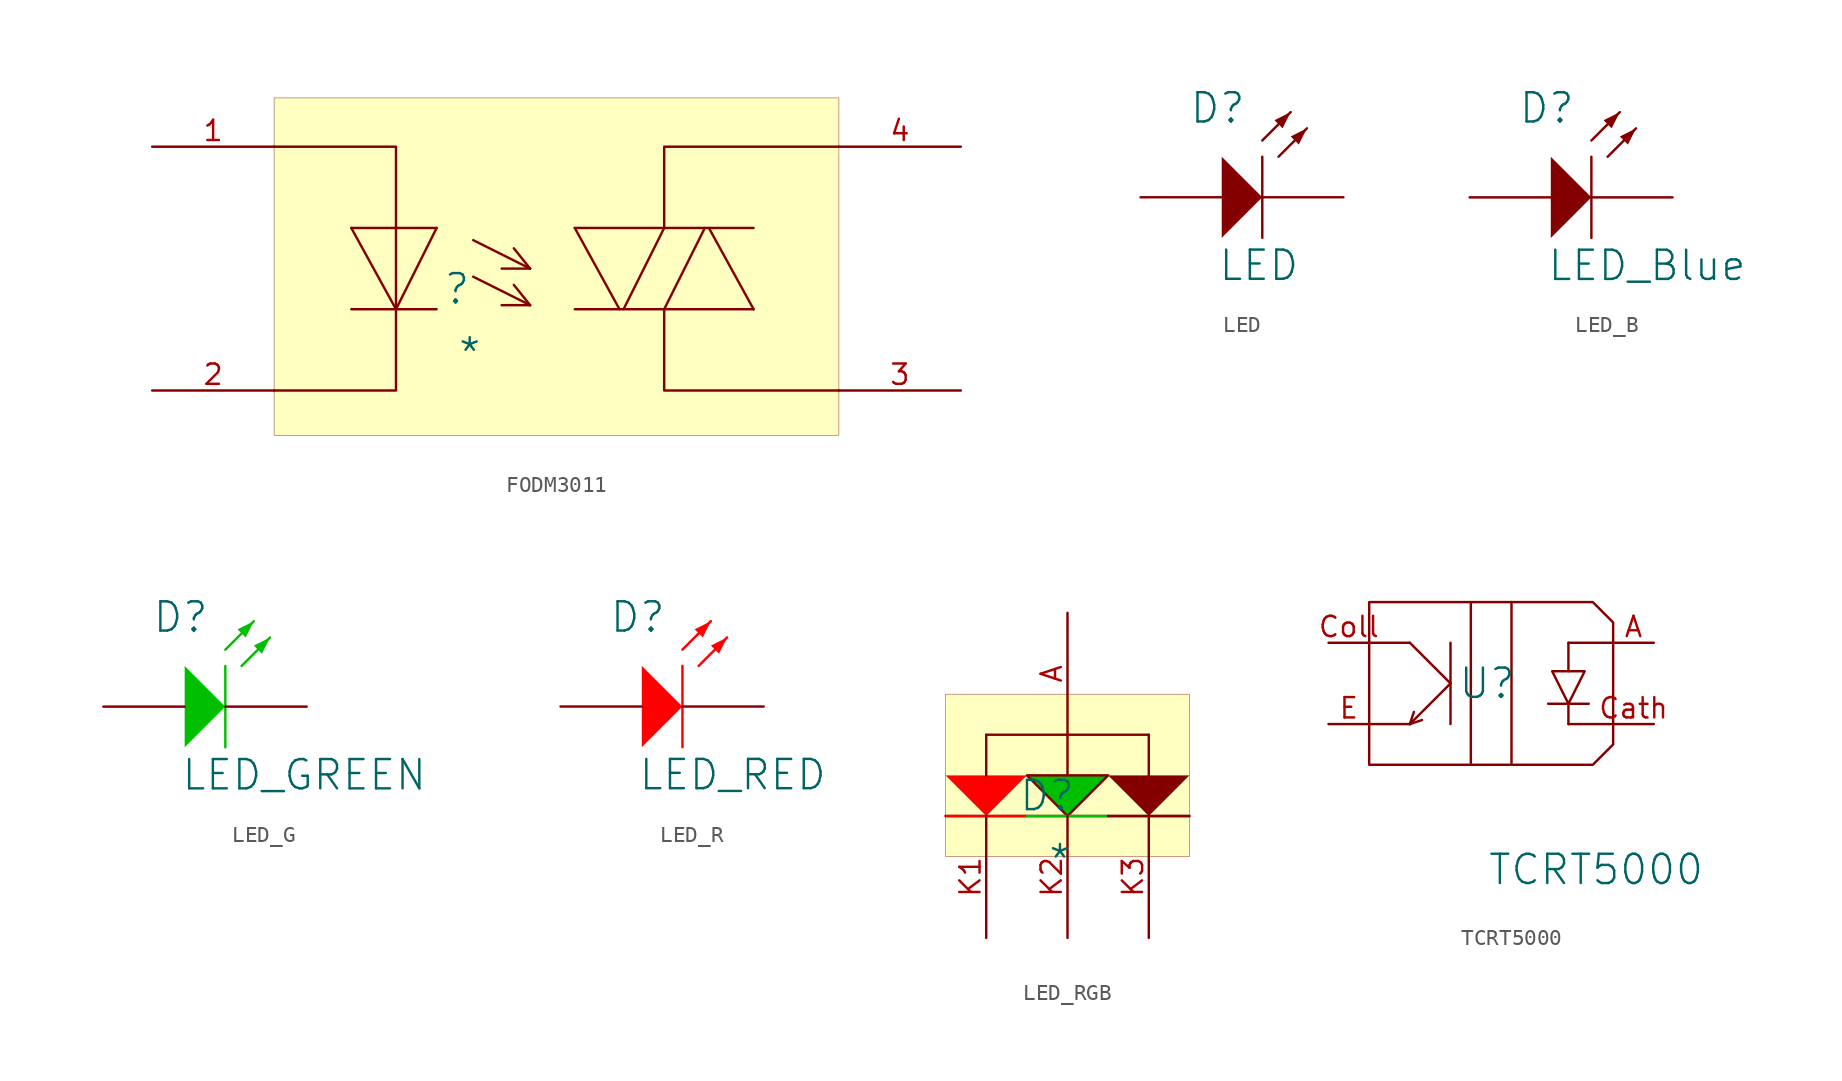
<source format=kicad_sym>
(kicad_symbol_lib
  (version 20241209)
  (generator "kicad_symbol_editor")
  (generator_version "9.0")
  (symbol "FODM3011"
    (pin_names
      (hide yes))
    (property "Reference" ""
      (at -1.27 1.27 0)
      (effects (font (size 1.829 1.829))))
    (property "Value" "*"
      (at -1.27 -3.81 0)
      (effects (font (size 1.829 1.829)) (justify left bottom)))
    (symbol "FODM3011_1_0"
      (polyline (pts (xy -12.7 10.16) (xy -5.08 10.16) (xy -5.08 -5.08) (xy -12.7 -5.08)) (stroke (width 0) (type solid)) (fill (type none)))
      (polyline (pts (xy -7.874 5.08) (xy -5.08 0)) (stroke (width 0) (type solid)) (fill (type none)))
      (polyline (pts (xy -7.874 5.08) (xy -2.54 5.08)) (stroke (width 0) (type solid)) (fill (type none)))
      (polyline (pts (xy -7.874 0) (xy -2.54 0)) (stroke (width 0) (type solid)) (fill (type none)))
      (polyline (pts (xy -2.54 5.08) (xy -5.08 0)) (stroke (width 0) (type solid)) (fill (type none)))
      (polyline (pts (xy -0.254 4.318) (xy 3.302 2.54)) (stroke (width 0) (type solid)) (fill (type none)))
      (polyline (pts (xy -0.254 2.032) (xy 3.302 0.254)) (stroke (width 0) (type solid)) (fill (type none)))
      (polyline (pts (xy 1.524 2.54) (xy 3.302 2.54)) (stroke (width 0) (type solid)) (fill (type none)))
      (polyline (pts (xy 1.524 0.254) (xy 3.302 0.254)) (stroke (width 0) (type solid)) (fill (type none)))
      (polyline (pts (xy 3.302 2.54) (xy 2.286 3.81)) (stroke (width 0) (type solid)) (fill (type none)))
      (polyline (pts (xy 3.302 0.254) (xy 2.286 1.524)) (stroke (width 0) (type solid)) (fill (type none)))
      (polyline (pts (xy 6.096 5.08) (xy 8.89 0)) (stroke (width 0) (type solid)) (fill (type none)))
      (polyline (pts (xy 11.684 5.08) (xy 9.144 0)) (stroke (width 0) (type solid)) (fill (type none)))
      (polyline (pts (xy 11.684 0) (xy 14.224 5.08)) (stroke (width 0) (type solid)) (fill (type none)))
      (polyline (pts (xy 11.684 0) (xy 11.684 -5.08) (xy 22.606 -5.08)) (stroke (width 0) (type solid)) (fill (type none)))
      (polyline (pts (xy 17.272 5.08) (xy 6.096 5.08)) (stroke (width 0) (type solid)) (fill (type none)))
      (polyline (pts (xy 17.272 0) (xy 6.096 0)) (stroke (width 0) (type solid)) (fill (type none)))
      (polyline (pts (xy 17.272 0) (xy 14.478 5.08)) (stroke (width 0) (type solid)) (fill (type none)))
      (rectangle (start 22.606 13.208) (end -12.7 -7.874) (stroke (width 0.025) (type solid) (color 128 0 0 1)) (fill (type background)))
      (polyline (pts (xy 22.606 10.16) (xy 11.684 10.16) (xy 11.684 5.08)) (stroke (width 0) (type solid)) (fill (type none)))
      (pin passive line (at -20.32 10.16 0) (length 7.62) (name "Anode" (effects (font (size 1.27 1.27)))) (number "1" (effects (font (size 1.27 1.27)))))
      (pin passive line (at -20.32 -5.08 0) (length 7.62) (name "Cathode" (effects (font (size 1.27 1.27)))) (number "2" (effects (font (size 1.27 1.27)))))
      (pin passive line (at 30.226 10.16 180) (length 7.62) (name "Main_Terminal" (effects (font (size 1.27 1.27)))) (number "4" (effects (font (size 1.27 1.27)))))
      (pin passive line (at 30.226 -5.08 180) (length 7.62) (name "Main_Terminal" (effects (font (size 1.27 1.27)))) (number "3" (effects (font (size 1.27 1.27)))))))
  (symbol "LED"
    (pin_numbers
      (hide yes))
    (pin_names
      (hide yes))
    (property "Reference" "D"
      (at -0.254 3.048 0)
      (effects (font (size 1.829 1.829))))
    (property "Value" "LED"
      (at -0.254 -7.874 0)
      (effects (font (size 1.829 1.829)) (justify left bottom)))
    (symbol "LED_1_0"
      (polyline (pts (xy 0 -5.08) (xy 2.54 -2.54) (xy 0 0) (xy 0 -5.08)) (stroke (width -0.0001) (type solid)) (fill (type outline)))
      (polyline (pts (xy 2.54 1.016) (xy 4.318 2.794)) (stroke (width 0) (type solid)) (fill (type none)))
      (polyline (pts (xy 2.54 0) (xy 2.54 -5.08)) (stroke (width 0) (type solid)) (fill (type none)))
      (polyline (pts (xy 3.556 0) (xy 5.334 1.778)) (stroke (width 0) (type solid)) (fill (type none)))
      (polyline (pts (xy 4.318 2.794) (xy 3.302 2.286) (xy 3.81 1.778) (xy 4.318 2.794)) (stroke (width -0.0001) (type solid)) (fill (type outline)))
      (polyline (pts (xy 5.334 1.778) (xy 4.318 1.27) (xy 4.826 0.762) (xy 5.334 1.778)) (stroke (width -0.0001) (type solid)) (fill (type outline)))
      (pin passive line (at -5.08 -2.54 0) (length 5.08) (name "A" (effects (font (size 1.27 1.27)))) (number "1" (effects (font (size 1.27 1.27)))))
      (pin passive line (at 7.62 -2.54 180) (length 5.08) (name "K" (effects (font (size 1.27 1.27)))) (number "2" (effects (font (size 1.27 1.27)))))))
  (symbol "LED_B"
    (pin_numbers
      (hide yes))
    (pin_names
      (hide yes))
    (property "Reference" "D"
      (at -0.254 3.048 0)
      (effects (font (size 1.829 1.829))))
    (property "Value" "LED_Blue"
      (at -0.254 -7.874 0)
      (effects (font (size 1.829 1.829)) (justify left bottom)))
    (symbol "LED_B_1_0"
      (polyline (pts (xy 0 -5.08) (xy 2.54 -2.54) (xy 0 0) (xy 0 -5.08)) (stroke (width -0.0001) (type solid)) (fill (type outline)))
      (polyline (pts (xy 2.54 1.016) (xy 4.318 2.794)) (stroke (width 0) (type solid)) (fill (type none)))
      (polyline (pts (xy 2.54 0) (xy 2.54 -5.08)) (stroke (width 0) (type solid)) (fill (type none)))
      (polyline (pts (xy 3.556 0) (xy 5.334 1.778)) (stroke (width 0) (type solid)) (fill (type none)))
      (polyline (pts (xy 4.318 2.794) (xy 3.302 2.286) (xy 3.81 1.778) (xy 4.318 2.794)) (stroke (width -0.0001) (type solid)) (fill (type outline)))
      (polyline (pts (xy 5.334 1.778) (xy 4.318 1.27) (xy 4.826 0.762) (xy 5.334 1.778)) (stroke (width -0.0001) (type solid)) (fill (type outline)))
      (pin passive line (at -5.08 -2.54 0) (length 5.08) (name "A" (effects (font (size 1.27 1.27)))) (number "A" (effects (font (size 1.27 1.27)))))
      (pin passive line (at 7.62 -2.54 180) (length 5.08) (name "K" (effects (font (size 1.27 1.27)))) (number "K" (effects (font (size 1.27 1.27)))))))
  (symbol "LED_G"
    (pin_numbers
      (hide yes))
    (pin_names
      (hide yes))
    (property "Reference" "D"
      (at -0.254 3.048 0)
      (effects (font (size 1.829 1.829))))
    (property "Value" "LED_GREEN"
      (at -0.254 -7.874 0)
      (effects (font (size 1.829 1.829)) (justify left bottom)))
    (symbol "LED_G_1_0"
      (polyline (pts (xy 0 -5.08) (xy 2.54 -2.54) (xy 0 0) (xy 0 -5.08)) (stroke (width -0.0001) (type solid) (color 0 191 0 1)) (fill (type outline)))
      (polyline (pts (xy 2.54 1.016) (xy 4.318 2.794)) (stroke (width 0) (type solid) (color 0 191 0 1)) (fill (type none)))
      (polyline (pts (xy 2.54 0) (xy 2.54 -5.08)) (stroke (width 0) (type solid) (color 0 191 0 1)) (fill (type none)))
      (polyline (pts (xy 3.556 0) (xy 5.334 1.778)) (stroke (width 0) (type solid) (color 0 191 0 1)) (fill (type none)))
      (polyline (pts (xy 4.318 2.794) (xy 3.302 2.286) (xy 3.81 1.778) (xy 4.318 2.794)) (stroke (width -0.0001) (type solid) (color 0 191 0 1)) (fill (type outline)))
      (polyline (pts (xy 5.334 1.778) (xy 4.318 1.27) (xy 4.826 0.762) (xy 5.334 1.778)) (stroke (width -0.0001) (type solid) (color 0 191 0 1)) (fill (type outline)))
      (pin passive line (at -5.08 -2.54 0) (length 5.08) (name "A" (effects (font (size 1.27 1.27)))) (number "A" (effects (font (size 1.27 1.27)))))
      (pin passive line (at 7.62 -2.54 180) (length 5.08) (name "K" (effects (font (size 1.27 1.27)))) (number "K" (effects (font (size 1.27 1.27)))))))
  (symbol "LED_R"
    (pin_numbers
      (hide yes))
    (pin_names
      (hide yes))
    (property "Reference" "D"
      (at -0.254 3.048 0)
      (effects (font (size 1.829 1.829))))
    (property "Value" "LED_RED"
      (at -0.254 -7.874 0)
      (effects (font (size 1.829 1.829)) (justify left bottom)))
    (symbol "LED_R_1_0"
      (polyline (pts (xy 0 -5.08) (xy 2.54 -2.54) (xy 0 0) (xy 0 -5.08)) (stroke (width -0.0001) (type solid) (color 255 0 0 1)) (fill (type outline)))
      (polyline (pts (xy 2.54 1.016) (xy 4.318 2.794)) (stroke (width 0) (type solid) (color 255 0 0 1)) (fill (type none)))
      (polyline (pts (xy 2.54 0) (xy 2.54 -5.08)) (stroke (width 0) (type solid) (color 255 0 0 1)) (fill (type none)))
      (polyline (pts (xy 3.556 0) (xy 5.334 1.778)) (stroke (width 0) (type solid) (color 255 0 0 1)) (fill (type none)))
      (polyline (pts (xy 4.318 2.794) (xy 3.302 2.286) (xy 3.81 1.778) (xy 4.318 2.794)) (stroke (width -0.0001) (type solid) (color 255 0 0 1)) (fill (type outline)))
      (polyline (pts (xy 5.334 1.778) (xy 4.318 1.27) (xy 4.826 0.762) (xy 5.334 1.778)) (stroke (width -0.0001) (type solid) (color 255 0 0 1)) (fill (type outline)))
      (pin passive line (at -5.08 -2.54 0) (length 5.08) (name "A" (effects (font (size 1.27 1.27)))) (number "A" (effects (font (size 1.27 1.27)))))
      (pin passive line (at 7.62 -2.54 180) (length 5.08) (name "K" (effects (font (size 1.27 1.27)))) (number "K" (effects (font (size 1.27 1.27)))))))
  (symbol "LED_RGB"
    (pin_names
      (hide yes))
    (property "Reference" "D"
      (at -1.27 1.27 0)
      (effects (font (size 1.829 1.829))))
    (property "Value" "*"
      (at -1.27 -3.81 0)
      (effects (font (size 1.829 1.829)) (justify left bottom)))
    (symbol "LED_RGB_1_0"
      (polyline (pts (xy -7.62 2.54) (xy -5.08 0) (xy -2.54 2.54) (xy -7.62 2.54)) (stroke (width -0.0001) (type solid) (color 255 0 0 1)) (fill (type outline)))
      (polyline (pts (xy -7.62 0) (xy -2.54 0)) (stroke (width 0) (type solid)) (fill (type none)))
      (polyline (pts (xy -7.62 0) (xy -2.54 0)) (stroke (width 0) (type solid) (color 255 0 0 1)) (fill (type none)))
      (polyline (pts (xy -5.08 5.08) (xy -5.08 2.54)) (stroke (width 0) (type solid)) (fill (type none)))
      (polyline (pts (xy -2.54 2.54) (xy 0 0) (xy 2.54 2.54) (xy -2.54 2.54)) (stroke (width -0.0001) (type solid) (color 0 191 0 1)) (fill (type outline)))
      (polyline (pts (xy -2.54 0) (xy 2.54 0)) (stroke (width 0) (type solid)) (fill (type none)))
      (polyline (pts (xy 0 5.08) (xy 0 2.54) (xy -2.54 2.54) (xy 0 0) (xy 2.54 2.54) (xy 0 2.54)) (stroke (width 0) (type solid)) (fill (type none)))
      (polyline (pts (xy 2.54 2.54) (xy 5.08 0) (xy 7.62 2.54) (xy 2.54 2.54)) (stroke (width -0.0001) (type solid)) (fill (type outline)))
      (polyline (pts (xy 2.54 0) (xy -2.54 0)) (stroke (width 0) (type solid) (color 0 191 0 1)) (fill (type none)))
      (polyline (pts (xy 2.54 0) (xy 7.62 0)) (stroke (width 0) (type solid)) (fill (type none)))
      (polyline (pts (xy 5.08 5.08) (xy -5.08 5.08)) (stroke (width 0) (type solid)) (fill (type none)))
      (polyline (pts (xy 5.08 5.08) (xy 5.08 2.54)) (stroke (width 0) (type solid)) (fill (type none)))
      (rectangle (start 7.62 7.62) (end -7.62 -2.54) (stroke (width 0.025) (type solid) (color 128 0 0 1)) (fill (type background)))
      (polyline (pts (xy 7.62 0) (xy 2.54 0)) (stroke (width 0) (type solid)) (fill (type none)))
      (pin passive line (at -5.08 -7.62 90) (length 7.62) (name "R" (effects (font (size 1.27 1.27)))) (number "K1" (effects (font (size 1.27 1.27)))))
      (pin passive line (at 0 12.7 270) (length 7.62) (name "A+" (effects (font (size 1.27 1.27)))) (number "A" (effects (font (size 1.27 1.27)))))
      (pin passive line (at 0 -7.62 90) (length 7.62) (name "G" (effects (font (size 1.27 1.27)))) (number "K2" (effects (font (size 1.27 1.27)))))
      (pin passive line (at 5.08 -7.62 90) (length 7.62) (name "B" (effects (font (size 1.27 1.27)))) (number "K3" (effects (font (size 1.27 1.27)))))))
  (symbol "TCRT5000"
    (pin_names
      (hide yes))
    (property "Reference" "U"
      (at -0.254 0 0)
      (effects (font (size 1.829 1.829))))
    (property "Value" "TCRT5000"
      (at -0.254 -12.7 0)
      (effects (font (size 1.829 1.829)) (justify left bottom)))
    (symbol "TCRT5000_1_0"
      (polyline (pts (xy -7.62 5.08) (xy 6.35 5.08) (xy 7.62 3.81) (xy 7.62 -3.81) (xy 6.35 -5.08) (xy -7.62 -5.08) (xy -7.62 5.08)) (stroke (width 0) (type solid)) (fill (type none)))
      (polyline (pts (xy -7.62 2.54) (xy -5.08 2.54)) (stroke (width 0) (type solid)) (fill (type none)))
      (polyline (pts (xy -7.62 -2.54) (xy -5.08 -2.54)) (stroke (width 0) (type solid)) (fill (type none)))
      (polyline (pts (xy -5.08 -2.54) (xy -4.826 -1.778)) (stroke (width 0) (type solid)) (fill (type none)))
      (polyline (pts (xy -5.08 -2.54) (xy -4.318 -2.286)) (stroke (width 0) (type solid)) (fill (type none)))
      (polyline (pts (xy -2.54 2.54) (xy -2.54 -2.54)) (stroke (width 0) (type solid)) (fill (type none)))
      (polyline (pts (xy -2.54 0) (xy -5.08 2.54)) (stroke (width 0) (type solid)) (fill (type none)))
      (polyline (pts (xy -2.54 0) (xy -5.08 -2.54)) (stroke (width 0) (type solid)) (fill (type none)))
      (polyline (pts (xy -1.27 5.08) (xy -1.27 -5.08)) (stroke (width 0) (type solid)) (fill (type none)))
      (polyline (pts (xy 1.27 5.08) (xy 1.27 -5.08)) (stroke (width 0) (type solid)) (fill (type none)))
      (polyline (pts (xy 4.826 0.762) (xy 4.826 2.54)) (stroke (width 0) (type solid)) (fill (type none)))
      (polyline (pts (xy 4.826 -2.54) (xy 4.826 -1.27)) (stroke (width 0) (type solid)) (fill (type none)))
      (polyline (pts (xy 5.842 0.762) (xy 3.81 0.762) (xy 4.826 -1.27) (xy 5.842 0.762)) (stroke (width 0) (type solid)) (fill (type none)))
      (polyline (pts (xy 6.096 -1.27) (xy 3.556 -1.27)) (stroke (width 0) (type solid)) (fill (type none)))
      (polyline (pts (xy 7.62 2.54) (xy 4.826 2.54)) (stroke (width 0) (type solid)) (fill (type none)))
      (polyline (pts (xy 7.62 -2.54) (xy 4.826 -2.54)) (stroke (width 0) (type solid)) (fill (type none)))
      (pin passive line (at -10.16 2.54 0) (length 2.54) (name "Coll" (effects (font (size 1.27 1.27)))) (number "Coll" (effects (font (size 1.27 1.27)))))
      (pin passive line (at -10.16 -2.54 0) (length 2.54) (name "E" (effects (font (size 1.27 1.27)))) (number "E" (effects (font (size 1.27 1.27)))))
      (pin passive line (at 10.16 2.54 180) (length 2.54) (name "A" (effects (font (size 1.27 1.27)))) (number "A" (effects (font (size 1.27 1.27)))))
      (pin passive line (at 10.16 -2.54 180) (length 2.54) (name "Cath" (effects (font (size 1.27 1.27)))) (number "Cath" (effects (font (size 1.27 1.27))))))))
</source>
